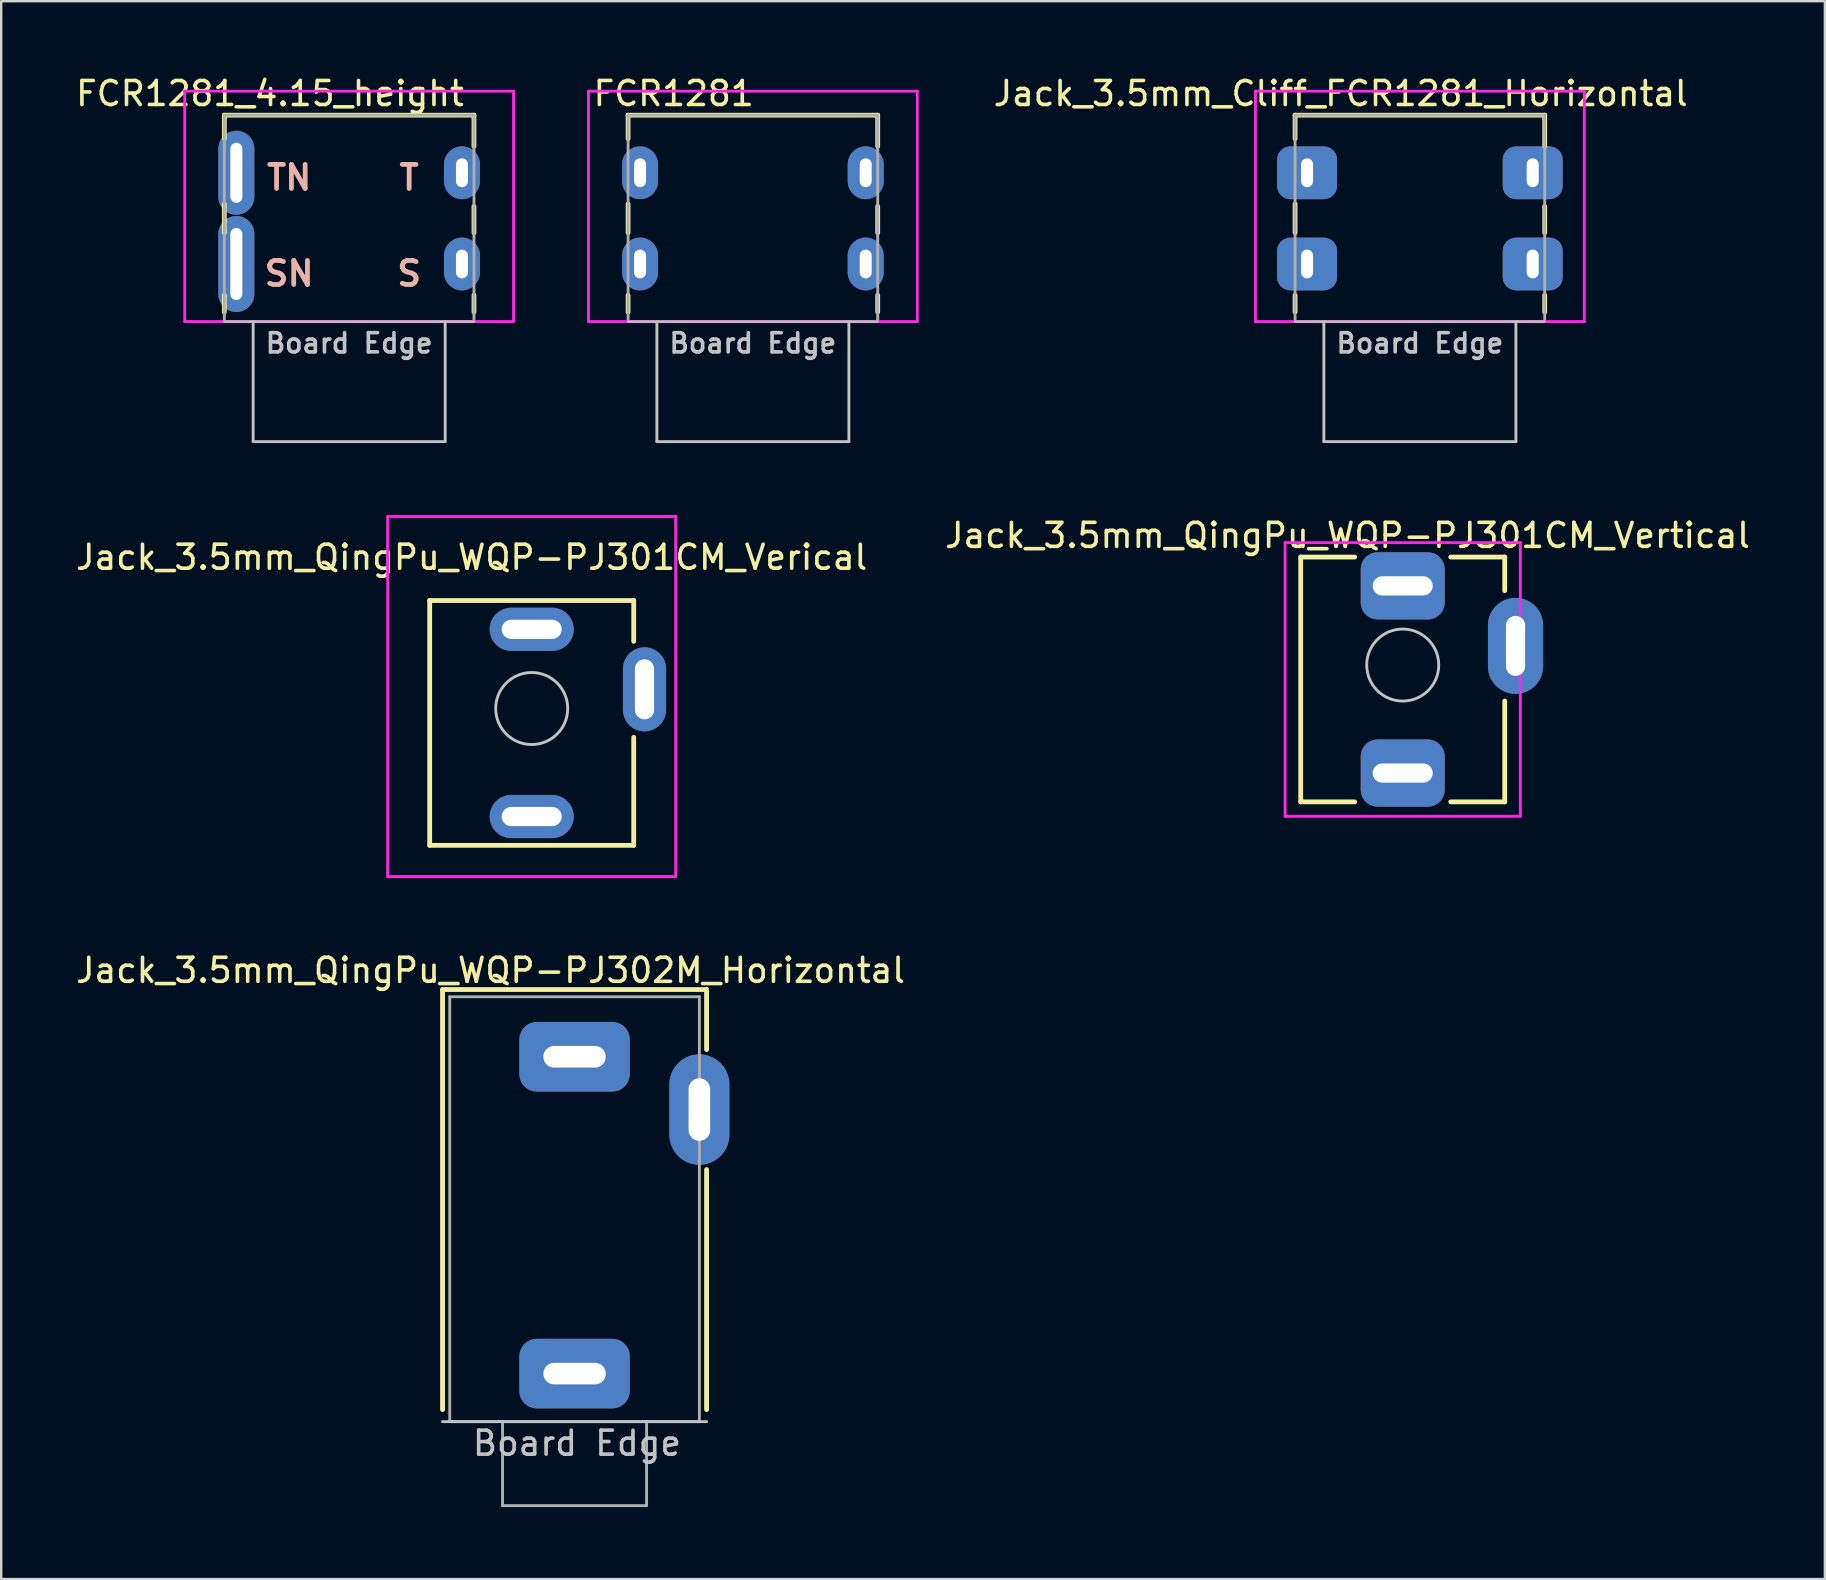
<source format=kicad_pcb>
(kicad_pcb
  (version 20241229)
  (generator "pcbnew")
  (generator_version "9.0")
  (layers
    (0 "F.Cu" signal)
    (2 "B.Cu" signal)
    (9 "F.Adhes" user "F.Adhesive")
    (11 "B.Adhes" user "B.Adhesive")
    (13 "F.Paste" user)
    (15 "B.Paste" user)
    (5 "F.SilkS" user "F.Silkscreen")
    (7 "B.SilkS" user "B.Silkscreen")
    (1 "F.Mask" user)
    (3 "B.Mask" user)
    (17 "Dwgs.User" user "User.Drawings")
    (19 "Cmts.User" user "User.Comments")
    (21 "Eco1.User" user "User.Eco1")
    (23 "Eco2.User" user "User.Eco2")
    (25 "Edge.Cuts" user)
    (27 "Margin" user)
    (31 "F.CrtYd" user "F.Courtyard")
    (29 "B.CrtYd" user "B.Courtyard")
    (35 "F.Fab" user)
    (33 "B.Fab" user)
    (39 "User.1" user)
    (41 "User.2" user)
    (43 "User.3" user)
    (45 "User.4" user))
  (footprint "Jack_3.5mm_QingPu_WQP-PJ301CM_Verical"
    (layer "F.Cu")
    (at 19.101 26.468)
    (property "Reference" "Jack_3.5mm_QingPu_WQP-PJ301CM_Verical" (at -2.5 -6.3 0) (layer "F.SilkS") (effects (font (size 1 1) (thickness 0.15))))
    (attr through_hole)
    (fp_line (start -4.25 5.7) (end -4.25 -4.5) (stroke (width 0.2) (type solid)) (layer "F.SilkS"))
    (fp_line (start -4.25 5.7) (end 4.25 5.7) (stroke (width 0.2) (type solid)) (layer "F.SilkS"))
    (fp_line (start 4.25 -4.5) (end -4.25 -4.5) (stroke (width 0.2) (type solid)) (layer "F.SilkS"))
    (fp_line (start 4.25 -4.5) (end 4.25 -2.8) (stroke (width 0.2) (type solid)) (layer "F.SilkS"))
    (fp_line (start 4.25 5.7) (end 4.25 1.2) (stroke (width 0.2) (type solid)) (layer "F.SilkS"))
    (fp_circle (center 0 0) (end 1.5 0) (stroke (width 0.12) (type solid)) (fill no) (layer "Dwgs.User"))
    (fp_line (start -6 -8) (end 6 -8) (stroke (width 0.12) (type solid)) (layer "F.CrtYd"))
    (fp_line (start -6 7) (end -6 -8) (stroke (width 0.12) (type solid)) (layer "F.CrtYd"))
    (fp_line (start 6 -8) (end 6 7) (stroke (width 0.12) (type solid)) (layer "F.CrtYd"))
    (fp_line (start 6 7) (end -6 7) (stroke (width 0.12) (type solid)) (layer "F.CrtYd"))
    (pad "R" thru_hole oval (at 0 -3.3) (size 3.5 1.8) (drill oval 2.5 0.8) (layers "*.Cu" "*.Mask"))
    (pad "S" thru_hole oval (at 4.7 -0.8 90) (size 3.5 1.8) (drill oval 2.5 0.8) (layers "*.Cu" "*.Mask"))
    (pad "T" thru_hole oval (at 0 4.5) (size 3.5 1.8) (drill oval 2.5 0.8) (layers "*.Cu" "*.Mask")))
  (footprint "Jack_3.5mm_QingPu_WQP-PJ301CM_Vertical"
    (layer "F.Cu")
    (at 55.389 24.657)
    (property "Reference" "Jack_3.5mm_QingPu_WQP-PJ301CM_Vertical" (at -2.3 -5.4 0) (layer "F.SilkS") (effects (font (size 1 1) (thickness 0.15))))
    (attr through_hole)
    (fp_line (start -4.25 -4.5) (end -2 -4.5) (stroke (width 0.2) (type solid)) (layer "F.SilkS"))
    (fp_line (start -4.25 5.7) (end -4.25 -4.5) (stroke (width 0.2) (type solid)) (layer "F.SilkS"))
    (fp_line (start -4.25 5.7) (end -2 5.7) (stroke (width 0.2) (type solid)) (layer "F.SilkS"))
    (fp_line (start 2 -4.5) (end 4.25 -4.5) (stroke (width 0.2) (type solid)) (layer "F.SilkS"))
    (fp_line (start 2 5.7) (end 4.25 5.7) (stroke (width 0.2) (type solid)) (layer "F.SilkS"))
    (fp_line (start 4.25 -4.5) (end 4.25 -3.1) (stroke (width 0.2) (type solid)) (layer "F.SilkS"))
    (fp_line (start 4.25 5.7) (end 4.25 1.5) (stroke (width 0.2) (type solid)) (layer "F.SilkS"))
    (fp_circle (center 0 0) (end 1.5 0) (stroke (width 0.12) (type solid)) (fill no) (layer "Dwgs.User"))
    (fp_line (start -4.9 -5.1) (end 4.9 -5.1) (stroke (width 0.12) (type solid)) (layer "F.CrtYd"))
    (fp_line (start -4.9 6.3) (end -4.9 -5.1) (stroke (width 0.12) (type solid)) (layer "F.CrtYd"))
    (fp_line (start 4.9 -5.1) (end 4.9 6.3) (stroke (width 0.12) (type solid)) (layer "F.CrtYd"))
    (fp_line (start 4.9 6.3) (end -4.9 6.3) (stroke (width 0.12) (type solid)) (layer "F.CrtYd"))
    (pad "R" thru_hole roundrect (at 0 -3.3) (size 3.5 2.8) (drill oval 2.5 0.8) (layers "*.Cu" "*.Mask") (roundrect_rratio 0.25))
    (pad "S" thru_hole oval (at 4.7 -0.8 90) (size 4 2.3) (drill oval 2.5 0.8) (layers "*.Cu" "*.Mask"))
    (pad "T" thru_hole roundrect (at 0 4.5) (size 3.5 2.8) (drill oval 2.5 0.8) (layers "*.Cu" "*.Mask") (roundrect_rratio 0.25)))
  (footprint "Jack_3.5mm_QingPu_WQP-PJ302M_Horizontal"
    (layer "F.Cu")
    (at 20.887 56.176)
    (property "Reference" "Jack_3.5mm_QingPu_WQP-PJ302M_Horizontal" (at -3.5 -18.8 0) (layer "F.SilkS") (effects (font (size 1 1) (thickness 0.15))))
    (attr through_hole)
    (fp_line (start -5.5 -18) (end -5.5 -0.5) (stroke (width 0.2) (type solid)) (layer "F.SilkS"))
    (fp_line (start 5.5 -18) (end -5.5 -18) (stroke (width 0.2) (type solid)) (layer "F.SilkS"))
    (fp_line (start 5.5 -15.5) (end 5.5 -18) (stroke (width 0.2) (type solid)) (layer "F.SilkS"))
    (fp_line (start 5.5 -0.5) (end 5.5 -10.5) (stroke (width 0.2) (type solid)) (layer "F.SilkS"))
    (fp_line (start -5.5 0) (end 5.5 0) (stroke (width 0.12) (type solid)) (layer "Dwgs.User"))
    (fp_line (start -5.2 -17.7) (end -5.2 0) (stroke (width 0.12) (type solid)) (layer "F.Fab"))
    (fp_line (start -5.2 0) (end 5.2 0) (stroke (width 0.12) (type solid)) (layer "F.Fab"))
    (fp_line (start -3 0) (end -3 3.5) (stroke (width 0.12) (type solid)) (layer "F.Fab"))
    (fp_line (start -3 3.5) (end 3 3.5) (stroke (width 0.12) (type solid)) (layer "F.Fab"))
    (fp_line (start 3 3.5) (end 3 0) (stroke (width 0.12) (type solid)) (layer "F.Fab"))
    (fp_line (start 5.2 -17.7) (end -5.2 -17.7) (stroke (width 0.12) (type solid)) (layer "F.Fab"))
    (fp_line (start 5.2 0) (end 5.2 -17.7) (stroke (width 0.12) (type solid)) (layer "F.Fab"))
    (fp_text user "Board Edge" (at 0.1 0.9 0) (layer "Dwgs.User") (effects (font (size 1 1) (thickness 0.15))))
    (pad "S" thru_hole roundrect (at 0 -2) (size 4.6 2.9) (drill oval 2.6 0.9) (layers "*.Cu" "*.Mask") (roundrect_rratio 0.25))
    (pad "T" thru_hole roundrect (at 0 -15.2) (size 4.6 2.9) (drill oval 2.6 0.9) (layers "*.Cu" "*.Mask") (roundrect_rratio 0.25))
    (pad "TN" thru_hole oval (at 5.2 -13 90) (size 4.6 2.5) (drill oval 2.6 0.9) (layers "*.Cu" "*.Mask")))
  (footprint "Jack_3.5mm_Cliff_FCR1281_Horizontal"
    (layer "F.Cu")
    (at 56.104 10.348)
    (property "Reference" "Jack_3.5mm_Cliff_FCR1281_Horizontal" (at -3.3 -9.5 0) (layer "F.SilkS") (effects (font (size 1 1) (thickness 0.15))))
    (attr through_hole)
    (fp_line (start -5.2 -8.6) (end -5.2 -7.62) (stroke (width 0.2) (type solid)) (layer "F.SilkS"))
    (fp_line (start -5.2 -8.6) (end 5.2 -8.6) (stroke (width 0.2) (type solid)) (layer "F.SilkS"))
    (fp_line (start -5.2 -4.9) (end -5.2 -3.7) (stroke (width 0.2) (type solid)) (layer "F.SilkS"))
    (fp_line (start -5.2 -1.1) (end -5.2 -0.4) (stroke (width 0.2) (type solid)) (layer "F.SilkS"))
    (fp_line (start 5.2 -8.6) (end 5.2 -7.3) (stroke (width 0.2) (type solid)) (layer "F.SilkS"))
    (fp_line (start 5.2 -4.8) (end 5.2 -3.7) (stroke (width 0.2) (type solid)) (layer "F.SilkS"))
    (fp_line (start 5.2 -1.1) (end 5.2 -0.4) (stroke (width 0.2) (type solid)) (layer "F.SilkS"))
    (fp_line (start -5.2 0) (end 5.2 0) (stroke (width 0.1) (type solid)) (layer "Dwgs.User"))
    (fp_line (start -4 0) (end -4 5) (stroke (width 0.12) (type solid)) (layer "Dwgs.User"))
    (fp_line (start -4 5) (end 4 5) (stroke (width 0.12) (type solid)) (layer "Dwgs.User"))
    (fp_line (start 4 5) (end 4 0) (stroke (width 0.12) (type solid)) (layer "Dwgs.User"))
    (fp_line (start -6.85 -9.6) (end 6.85 -9.6) (stroke (width 0.12) (type solid)) (layer "F.CrtYd"))
    (fp_line (start -6.85 0) (end -6.85 -9.6) (stroke (width 0.12) (type solid)) (layer "F.CrtYd"))
    (fp_line (start 6.85 0) (end -6.85 0) (stroke (width 0.12) (type solid)) (layer "F.CrtYd"))
    (fp_line (start 6.85 0) (end 6.85 -9.6) (stroke (width 0.12) (type solid)) (layer "F.CrtYd"))
    (fp_line (start -5.2 -8.6) (end -5.2 0) (stroke (width 0.12) (type solid)) (layer "F.Fab"))
    (fp_line (start -5.2 0) (end 5.2 0) (stroke (width 0.12) (type solid)) (layer "F.Fab"))
    (fp_line (start 5.2 -8.6) (end -5.2 -8.6) (stroke (width 0.12) (type solid)) (layer "F.Fab"))
    (fp_line (start 5.2 0) (end 5.2 -8.6) (stroke (width 0.12) (type solid)) (layer "F.Fab"))
    (fp_text user "Board Edge" (at 0 0.9 0) (layer "Dwgs.User") (effects (font (size 0.8 0.8) (thickness 0.15))))
    (pad "S" thru_hole roundrect (at 4.7 -2.4) (size 2.5 2.2) (drill oval 0.5 1.2) (layers "*.Cu" "*.Mask") (roundrect_rratio 0.25))
    (pad "SN" thru_hole roundrect (at -4.7 -2.4) (size 2.5 2.2) (drill oval 0.5 1.2) (layers "*.Cu" "*.Mask") (roundrect_rratio 0.25))
    (pad "T" thru_hole roundrect (at 4.7 -6.2) (size 2.5 2.2) (drill oval 0.5 1.2) (layers "*.Cu" "*.Mask") (roundrect_rratio 0.25))
    (pad "TN" thru_hole roundrect (at -4.7 -6.2) (size 2.5 2.2) (drill oval 0.5 1.2) (layers "*.Cu" "*.Mask") (roundrect_rratio 0.25)))
  (footprint "FCR1281"
    (layer "F.Cu")
    (at 28.316 10.348)
    (property "Reference" "FCR1281" (at -3.3 -9.5 0) (layer "F.SilkS") (effects (font (size 1 1) (thickness 0.15))))
    (attr through_hole)
    (fp_line (start -5.2 -8.6) (end -5.2 -7.62) (stroke (width 0.2) (type solid)) (layer "F.SilkS"))
    (fp_line (start -5.2 -8.6) (end 5.2 -8.6) (stroke (width 0.2) (type solid)) (layer "F.SilkS"))
    (fp_line (start -5.2 -4.9) (end -5.2 -3.7) (stroke (width 0.2) (type solid)) (layer "F.SilkS"))
    (fp_line (start -5.2 -1.1) (end -5.2 -0.4) (stroke (width 0.2) (type solid)) (layer "F.SilkS"))
    (fp_line (start 5.2 -8.6) (end 5.2 -7.3) (stroke (width 0.2) (type solid)) (layer "F.SilkS"))
    (fp_line (start 5.2 -4.8) (end 5.2 -3.7) (stroke (width 0.2) (type solid)) (layer "F.SilkS"))
    (fp_line (start 5.2 -1.1) (end 5.2 -0.4) (stroke (width 0.2) (type solid)) (layer "F.SilkS"))
    (fp_line (start -5.2 0) (end 5.2 0) (stroke (width 0.1) (type solid)) (layer "Dwgs.User"))
    (fp_line (start -4 0) (end -4 5) (stroke (width 0.12) (type solid)) (layer "Dwgs.User"))
    (fp_line (start -4 5) (end 4 5) (stroke (width 0.12) (type solid)) (layer "Dwgs.User"))
    (fp_line (start 4 5) (end 4 0) (stroke (width 0.12) (type solid)) (layer "Dwgs.User"))
    (fp_line (start -6.85 -9.6) (end 6.85 -9.6) (stroke (width 0.12) (type solid)) (layer "F.CrtYd"))
    (fp_line (start -6.85 0) (end -6.85 -9.6) (stroke (width 0.12) (type solid)) (layer "F.CrtYd"))
    (fp_line (start 6.85 0) (end -6.85 0) (stroke (width 0.12) (type solid)) (layer "F.CrtYd"))
    (fp_line (start 6.85 0) (end 6.85 -9.6) (stroke (width 0.12) (type solid)) (layer "F.CrtYd"))
    (fp_line (start -5.2 -8.6) (end -5.2 0) (stroke (width 0.12) (type solid)) (layer "F.Fab"))
    (fp_line (start -5.2 0) (end 5.2 0) (stroke (width 0.12) (type solid)) (layer "F.Fab"))
    (fp_line (start 5.2 -8.6) (end -5.2 -8.6) (stroke (width 0.12) (type solid)) (layer "F.Fab"))
    (fp_line (start 5.2 0) (end 5.2 -8.6) (stroke (width 0.12) (type solid)) (layer "F.Fab"))
    (fp_text user "Board Edge" (at 0 0.9 0) (layer "Dwgs.User") (effects (font (size 0.8 0.8) (thickness 0.15))))
    (pad "S" thru_hole oval (at 4.7 -2.4) (size 1.5 2.2) (drill oval 0.5 1.2) (layers "*.Cu" "*.Mask"))
    (pad "SN" thru_hole oval (at -4.7 -2.4) (size 1.5 2.2) (drill oval 0.5 1.2) (layers "*.Cu" "*.Mask"))
    (pad "T" thru_hole oval (at 4.7 -6.2) (size 1.5 2.2) (drill oval 0.5 1.2) (layers "*.Cu" "*.Mask"))
    (pad "TN" thru_hole oval (at -4.7 -6.2) (size 1.5 2.2) (drill oval 0.5 1.2) (layers "*.Cu" "*.Mask")))
  (footprint "FCR1281_4.15_height"
    (layer "F.Cu")
    (at 11.496 10.348)
    (property "Reference" "FCR1281_4.15_height" (at -3.3 -9.5 0) (layer "F.SilkS") (effects (font (size 1 1) (thickness 0.15))))
    (attr through_hole)
    (fp_line (start -5.2 -8.6) (end -5.2 -7.62) (stroke (width 0.2) (type solid)) (layer "F.SilkS"))
    (fp_line (start -5.2 -8.6) (end 5.2 -8.6) (stroke (width 0.2) (type solid)) (layer "F.SilkS"))
    (fp_line (start -5.2 -4.9) (end -5.2 -3.7) (stroke (width 0.2) (type solid)) (layer "F.SilkS"))
    (fp_line (start -5.2 -1.1) (end -5.2 -0.4) (stroke (width 0.2) (type solid)) (layer "F.SilkS"))
    (fp_line (start 5.2 -8.6) (end 5.2 -7.3) (stroke (width 0.2) (type solid)) (layer "F.SilkS"))
    (fp_line (start 5.2 -4.8) (end 5.2 -3.7) (stroke (width 0.2) (type solid)) (layer "F.SilkS"))
    (fp_line (start 5.2 -1.1) (end 5.2 -0.4) (stroke (width 0.2) (type solid)) (layer "F.SilkS"))
    (fp_line (start -5.2 0) (end 5.2 0) (stroke (width 0.1) (type solid)) (layer "Dwgs.User"))
    (fp_line (start -4 0) (end -4 5) (stroke (width 0.12) (type solid)) (layer "Dwgs.User"))
    (fp_line (start -4 5) (end 4 5) (stroke (width 0.12) (type solid)) (layer "Dwgs.User"))
    (fp_line (start 4 5) (end 4 0) (stroke (width 0.12) (type solid)) (layer "Dwgs.User"))
    (fp_line (start -6.85 -9.6) (end 6.85 -9.6) (stroke (width 0.12) (type solid)) (layer "F.CrtYd"))
    (fp_line (start -6.85 0) (end -6.85 -9.6) (stroke (width 0.12) (type solid)) (layer "F.CrtYd"))
    (fp_line (start 6.85 0) (end -6.85 0) (stroke (width 0.12) (type solid)) (layer "F.CrtYd"))
    (fp_line (start 6.85 0) (end 6.85 -9.6) (stroke (width 0.12) (type solid)) (layer "F.CrtYd"))
    (fp_line (start -5.2 -8.6) (end -5.2 0) (stroke (width 0.12) (type solid)) (layer "F.Fab"))
    (fp_line (start -5.2 0) (end 5.2 0) (stroke (width 0.12) (type solid)) (layer "F.Fab"))
    (fp_line (start 5.2 -8.6) (end -5.2 -8.6) (stroke (width 0.12) (type solid)) (layer "F.Fab"))
    (fp_line (start 5.2 0) (end 5.2 -8.6) (stroke (width 0.12) (type solid)) (layer "F.Fab"))
    (fp_text user "T" (at 2.5 -6 0) (layer "B.SilkS") (effects (font (size 1 1) (thickness 0.2))))
    (fp_text user "TN" (at -2.5 -6 0) (layer "B.SilkS") (effects (font (size 1 1) (thickness 0.2))))
    (fp_text user "S" (at 2.5 -2 0) (layer "B.SilkS") (effects (font (size 1 1) (thickness 0.2))))
    (fp_text user "SN" (at -2.5 -2 0) (layer "B.SilkS") (effects (font (size 1 1) (thickness 0.2))))
    (fp_text user "Board Edge" (at 0 0.9 0) (layer "Dwgs.User") (effects (font (size 0.8 0.8) (thickness 0.15))))
    (pad "S" thru_hole oval (at 4.7 -2.4) (size 1.5 2.2) (drill oval 0.5 1.2) (layers "*.Cu" "*.Mask"))
    (pad "SN" thru_hole oval (at -4.7 -2.4) (size 1.5 4) (drill oval 0.5 3) (layers "*.Cu" "*.Mask"))
    (pad "T" thru_hole oval (at 4.7 -6.2) (size 1.5 2.2) (drill oval 0.5 1.2) (layers "*.Cu" "*.Mask"))
    (pad "TN" thru_hole oval (at -4.7 -6.2) (size 1.5 3.5) (drill oval 0.5 2.5) (layers "*.Cu" "*.Mask")))
  (gr_rect
    (start -3 -3)
    (end 72.976 62.736)
    (stroke (width 0.1) (type default))
    (fill no)
    (layer "Edge.Cuts")))
</source>
